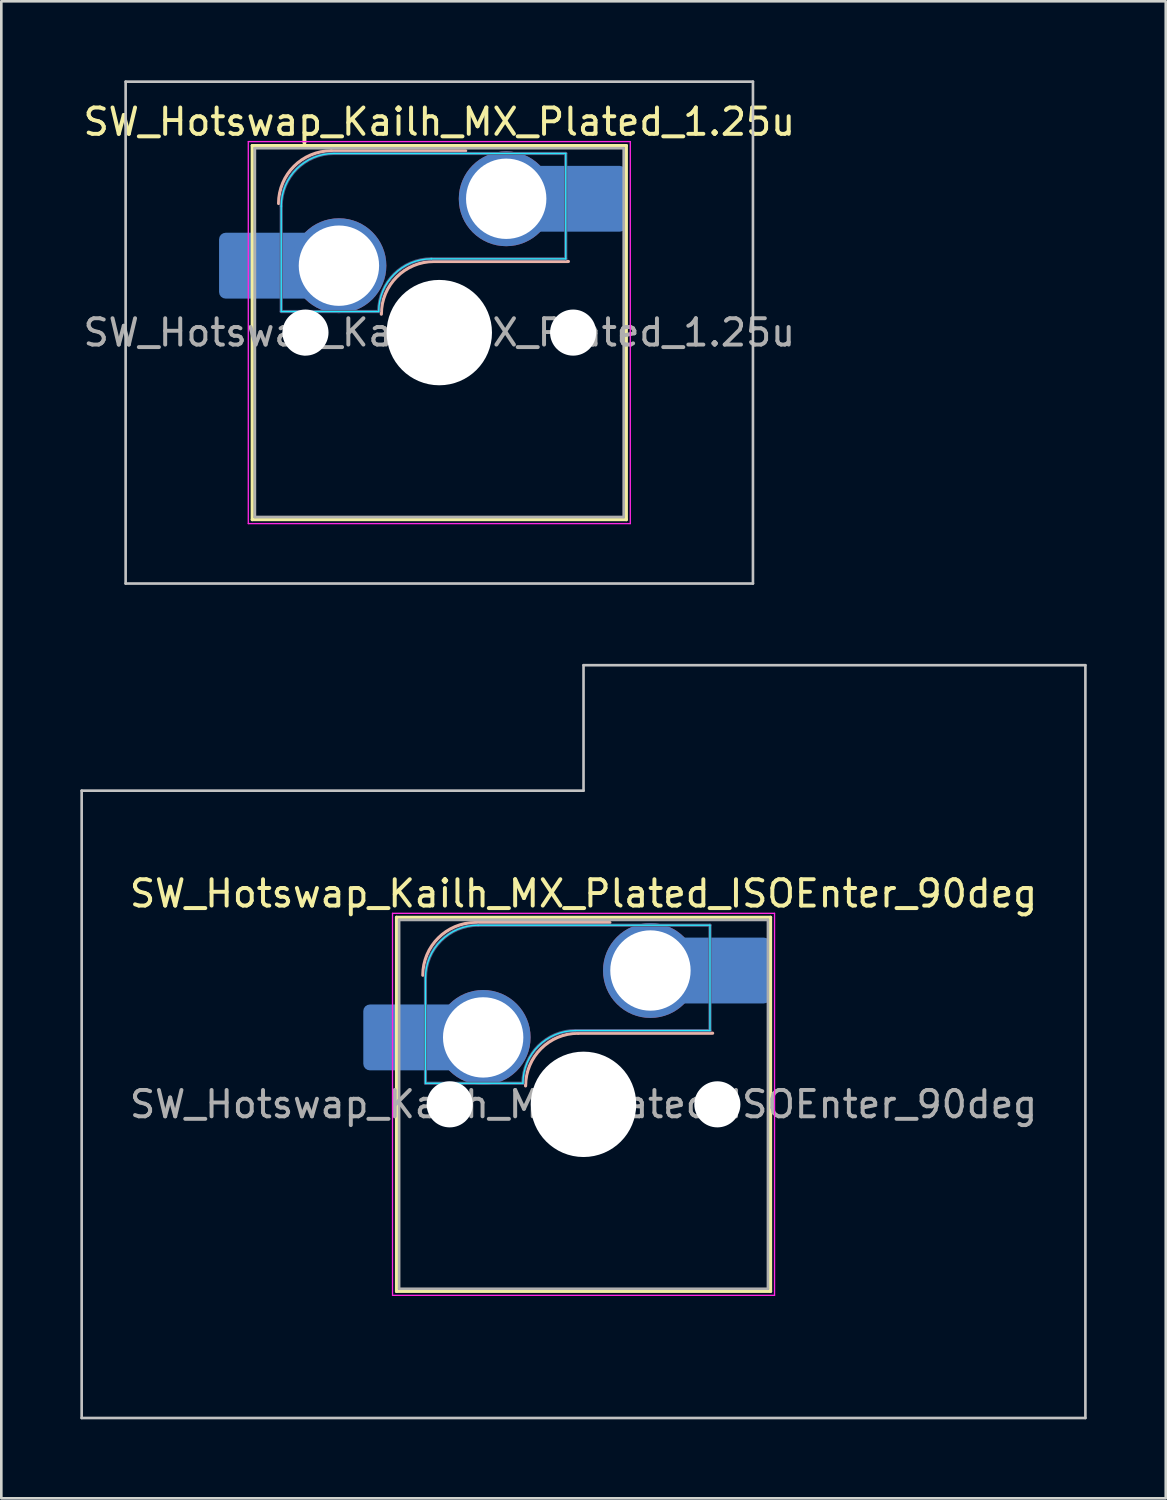
<source format=kicad_pcb>
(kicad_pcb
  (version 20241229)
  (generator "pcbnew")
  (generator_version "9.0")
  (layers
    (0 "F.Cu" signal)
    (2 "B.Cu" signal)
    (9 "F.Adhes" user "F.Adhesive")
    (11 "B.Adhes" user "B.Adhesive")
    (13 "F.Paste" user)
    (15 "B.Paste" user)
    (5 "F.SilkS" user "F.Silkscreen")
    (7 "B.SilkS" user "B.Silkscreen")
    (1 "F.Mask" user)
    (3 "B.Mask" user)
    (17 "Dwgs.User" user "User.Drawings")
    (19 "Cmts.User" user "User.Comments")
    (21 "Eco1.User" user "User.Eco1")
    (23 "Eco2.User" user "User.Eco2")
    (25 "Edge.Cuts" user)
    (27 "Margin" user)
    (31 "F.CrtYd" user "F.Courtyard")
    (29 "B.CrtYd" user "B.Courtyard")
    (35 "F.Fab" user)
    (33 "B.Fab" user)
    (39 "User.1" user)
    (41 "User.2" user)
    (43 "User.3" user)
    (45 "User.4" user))
  (footprint "SW_Hotswap_Kailh_MX_Plated_ISOEnter_90deg"
    (layer "F.Cu")
    (at 19.1 38.869)
    (property "Reference" "SW_Hotswap_Kailh_MX_Plated_ISOEnter_90deg" (at 0 -8 0) (layer "F.SilkS") (effects (font (size 1 1) (thickness 0.15))))
    (attr smd)
    (fp_line (start -7.1 -7.1) (end -7.1 7.1) (stroke (width 0.12) (type solid)) (layer "F.SilkS"))
    (fp_line (start -7.1 7.1) (end 7.1 7.1) (stroke (width 0.12) (type solid)) (layer "F.SilkS"))
    (fp_line (start 7.1 -7.1) (end -7.1 -7.1) (stroke (width 0.12) (type solid)) (layer "F.SilkS"))
    (fp_line (start 7.1 7.1) (end 7.1 -7.1) (stroke (width 0.12) (type solid)) (layer "F.SilkS"))
    (fp_line (start -4.1 -6.9) (end 1 -6.9) (stroke (width 0.12) (type solid)) (layer "B.SilkS"))
    (fp_line (start -0.2 -2.7) (end 4.9 -2.7) (stroke (width 0.12) (type solid)) (layer "B.SilkS"))
    (fp_arc (start -6.1 -4.9) (mid -5.514214 -6.314214) (end -4.1 -6.9) (stroke (width 0.12) (type solid)) (layer "B.SilkS"))
    (fp_arc (start -2.2 -0.7) (mid -1.614214 -2.114214) (end -0.2 -2.7) (stroke (width 0.12) (type solid)) (layer "B.SilkS"))
    (fp_line (start -19.05 -11.906) (end -19.05 11.906) (stroke (width 0.1) (type solid)) (layer "Dwgs.User"))
    (fp_line (start -19.05 11.906) (end 19.05 11.906) (stroke (width 0.1) (type solid)) (layer "Dwgs.User"))
    (fp_line (start 0 -16.669) (end 0 -11.906) (stroke (width 0.1) (type solid)) (layer "Dwgs.User"))
    (fp_line (start 0 -11.906) (end -19.05 -11.906) (stroke (width 0.1) (type solid)) (layer "Dwgs.User"))
    (fp_line (start 19.05 -16.669) (end 0 -16.669) (stroke (width 0.1) (type solid)) (layer "Dwgs.User"))
    (fp_line (start 19.05 11.906) (end 19.05 -16.669) (stroke (width 0.1) (type solid)) (layer "Dwgs.User"))
    (fp_line (start -7.8 -6) (end -7 -6) (stroke (width 0.1) (type solid)) (layer "Eco1.User"))
    (fp_line (start -7.8 -2.9) (end -7.8 -6) (stroke (width 0.1) (type solid)) (layer "Eco1.User"))
    (fp_line (start -7.8 2.9) (end -7 2.9) (stroke (width 0.1) (type solid)) (layer "Eco1.User"))
    (fp_line (start -7.8 6) (end -7.8 2.9) (stroke (width 0.1) (type solid)) (layer "Eco1.User"))
    (fp_line (start -7 -7) (end 7 -7) (stroke (width 0.1) (type solid)) (layer "Eco1.User"))
    (fp_line (start -7 -6) (end -7 -7) (stroke (width 0.1) (type solid)) (layer "Eco1.User"))
    (fp_line (start -7 -2.9) (end -7.8 -2.9) (stroke (width 0.1) (type solid)) (layer "Eco1.User"))
    (fp_line (start -7 2.9) (end -7 -2.9) (stroke (width 0.1) (type solid)) (layer "Eco1.User"))
    (fp_line (start -7 6) (end -7.8 6) (stroke (width 0.1) (type solid)) (layer "Eco1.User"))
    (fp_line (start -7 7) (end -7 6) (stroke (width 0.1) (type solid)) (layer "Eco1.User"))
    (fp_line (start 7 -7) (end 7 -6) (stroke (width 0.1) (type solid)) (layer "Eco1.User"))
    (fp_line (start 7 -6) (end 7.8 -6) (stroke (width 0.1) (type solid)) (layer "Eco1.User"))
    (fp_line (start 7 -2.9) (end 7 2.9) (stroke (width 0.1) (type solid)) (layer "Eco1.User"))
    (fp_line (start 7 2.9) (end 7.8 2.9) (stroke (width 0.1) (type solid)) (layer "Eco1.User"))
    (fp_line (start 7 6) (end 7 7) (stroke (width 0.1) (type solid)) (layer "Eco1.User"))
    (fp_line (start 7 7) (end -7 7) (stroke (width 0.1) (type solid)) (layer "Eco1.User"))
    (fp_line (start 7.8 -6) (end 7.8 -2.9) (stroke (width 0.1) (type solid)) (layer "Eco1.User"))
    (fp_line (start 7.8 -2.9) (end 7 -2.9) (stroke (width 0.1) (type solid)) (layer "Eco1.User"))
    (fp_line (start 7.8 2.9) (end 7.8 6) (stroke (width 0.1) (type solid)) (layer "Eco1.User"))
    (fp_line (start 7.8 6) (end 7 6) (stroke (width 0.1) (type solid)) (layer "Eco1.User"))
    (fp_line (start -6 -0.8) (end -6 -4.8) (stroke (width 0.05) (type solid)) (layer "B.CrtYd"))
    (fp_line (start -6 -0.8) (end -2.3 -0.8) (stroke (width 0.05) (type solid)) (layer "B.CrtYd"))
    (fp_line (start -4 -6.8) (end 4.8 -6.8) (stroke (width 0.05) (type solid)) (layer "B.CrtYd"))
    (fp_line (start -0.3 -2.8) (end 4.8 -2.8) (stroke (width 0.05) (type solid)) (layer "B.CrtYd"))
    (fp_line (start 4.8 -6.8) (end 4.8 -2.8) (stroke (width 0.05) (type solid)) (layer "B.CrtYd"))
    (fp_arc (start -6 -4.8) (mid -5.414214 -6.214214) (end -4 -6.8) (stroke (width 0.05) (type solid)) (layer "B.CrtYd"))
    (fp_arc (start -2.3 -0.8) (mid -1.714214 -2.214214) (end -0.3 -2.8) (stroke (width 0.05) (type solid)) (layer "B.CrtYd"))
    (fp_line (start -7.25 -7.25) (end -7.25 7.25) (stroke (width 0.05) (type solid)) (layer "F.CrtYd"))
    (fp_line (start -7.25 7.25) (end 7.25 7.25) (stroke (width 0.05) (type solid)) (layer "F.CrtYd"))
    (fp_line (start 7.25 -7.25) (end -7.25 -7.25) (stroke (width 0.05) (type solid)) (layer "F.CrtYd"))
    (fp_line (start 7.25 7.25) (end 7.25 -7.25) (stroke (width 0.05) (type solid)) (layer "F.CrtYd"))
    (fp_line (start -6 -0.8) (end -6 -4.8) (stroke (width 0.12) (type solid)) (layer "B.Fab"))
    (fp_line (start -6 -0.8) (end -2.3 -0.8) (stroke (width 0.12) (type solid)) (layer "B.Fab"))
    (fp_line (start -4 -6.8) (end 4.8 -6.8) (stroke (width 0.12) (type solid)) (layer "B.Fab"))
    (fp_line (start -0.3 -2.8) (end 4.8 -2.8) (stroke (width 0.12) (type solid)) (layer "B.Fab"))
    (fp_line (start 4.8 -6.8) (end 4.8 -2.8) (stroke (width 0.12) (type solid)) (layer "B.Fab"))
    (fp_arc (start -6 -4.8) (mid -5.414214 -6.214214) (end -4 -6.8) (stroke (width 0.12) (type solid)) (layer "B.Fab"))
    (fp_arc (start -2.3 -0.8) (mid -1.714214 -2.214214) (end -0.3 -2.8) (stroke (width 0.12) (type solid)) (layer "B.Fab"))
    (fp_line (start -7 -7) (end -7 7) (stroke (width 0.1) (type solid)) (layer "F.Fab"))
    (fp_line (start -7 7) (end 7 7) (stroke (width 0.1) (type solid)) (layer "F.Fab"))
    (fp_line (start 7 -7) (end -7 -7) (stroke (width 0.1) (type solid)) (layer "F.Fab"))
    (fp_line (start 7 7) (end 7 -7) (stroke (width 0.1) (type solid)) (layer "F.Fab"))
    (fp_text user "${REFERENCE}" (at 0 0 0) (layer "F.Fab") (effects (font (size 1 1) (thickness 0.15))))
    (pad "" smd roundrect (at -7.085 -2.54) (size 2.55 2.5) (layers "B.Mask" "B.Paste") (roundrect_rratio 0.1))
    (pad "" np_thru_hole circle (at -5.08 0) (size 1.75 1.75) (drill 1.75) (layers "*.Cu" "*.Mask"))
    (pad "" np_thru_hole circle (at 0 0) (size 4 4) (drill 4) (layers "*.Cu" "*.Mask"))
    (pad "" np_thru_hole circle (at 5.08 0) (size 1.75 1.75) (drill 1.75) (layers "*.Cu" "*.Mask"))
    (pad "" smd roundrect (at 5.842 -5.08) (size 2.55 2.5) (layers "B.Mask" "B.Paste") (roundrect_rratio 0.1))
    (pad "1" smd roundrect (at -6.585 -2.54) (size 3.55 2.5) (layers "B.Cu") (roundrect_rratio 0.1))
    (pad "1" thru_hole circle (at -3.81 -2.54) (size 3.6 3.6) (drill 3.05) (layers "*.Cu" "*.Mask"))
    (pad "2" thru_hole circle (at 2.54 -5.08) (size 3.6 3.6) (drill 3.05) (layers "*.Cu" "*.Mask"))
    (pad "2" smd roundrect (at 5.32 -5.08) (size 3.55 2.5) (layers "B.Cu") (roundrect_rratio 0.1)))
  (footprint "SW_Hotswap_Kailh_MX_Plated_1.25u"
    (layer "F.Cu")
    (at 13.625 9.575)
    (property "Reference" "SW_Hotswap_Kailh_MX_Plated_1.25u" (at 0 -8 0) (layer "F.SilkS") (effects (font (size 1 1) (thickness 0.15))))
    (attr smd)
    (fp_line (start -7.1 -7.1) (end -7.1 7.1) (stroke (width 0.12) (type solid)) (layer "F.SilkS"))
    (fp_line (start -7.1 7.1) (end 7.1 7.1) (stroke (width 0.12) (type solid)) (layer "F.SilkS"))
    (fp_line (start 7.1 -7.1) (end -7.1 -7.1) (stroke (width 0.12) (type solid)) (layer "F.SilkS"))
    (fp_line (start 7.1 7.1) (end 7.1 -7.1) (stroke (width 0.12) (type solid)) (layer "F.SilkS"))
    (fp_line (start -4.1 -6.9) (end 1 -6.9) (stroke (width 0.12) (type solid)) (layer "B.SilkS"))
    (fp_line (start -0.2 -2.7) (end 4.9 -2.7) (stroke (width 0.12) (type solid)) (layer "B.SilkS"))
    (fp_arc (start -6.1 -4.9) (mid -5.514214 -6.314214) (end -4.1 -6.9) (stroke (width 0.12) (type solid)) (layer "B.SilkS"))
    (fp_arc (start -2.2 -0.7) (mid -1.614214 -2.114214) (end -0.2 -2.7) (stroke (width 0.12) (type solid)) (layer "B.SilkS"))
    (fp_line (start -11.906 -9.525) (end -11.906 9.525) (stroke (width 0.1) (type solid)) (layer "Dwgs.User"))
    (fp_line (start -11.906 9.525) (end 11.906 9.525) (stroke (width 0.1) (type solid)) (layer "Dwgs.User"))
    (fp_line (start 11.906 -9.525) (end -11.906 -9.525) (stroke (width 0.1) (type solid)) (layer "Dwgs.User"))
    (fp_line (start 11.906 9.525) (end 11.906 -9.525) (stroke (width 0.1) (type solid)) (layer "Dwgs.User"))
    (fp_line (start -7.8 -6) (end -7 -6) (stroke (width 0.1) (type solid)) (layer "Eco1.User"))
    (fp_line (start -7.8 -2.9) (end -7.8 -6) (stroke (width 0.1) (type solid)) (layer "Eco1.User"))
    (fp_line (start -7.8 2.9) (end -7 2.9) (stroke (width 0.1) (type solid)) (layer "Eco1.User"))
    (fp_line (start -7.8 6) (end -7.8 2.9) (stroke (width 0.1) (type solid)) (layer "Eco1.User"))
    (fp_line (start -7 -7) (end 7 -7) (stroke (width 0.1) (type solid)) (layer "Eco1.User"))
    (fp_line (start -7 -6) (end -7 -7) (stroke (width 0.1) (type solid)) (layer "Eco1.User"))
    (fp_line (start -7 -2.9) (end -7.8 -2.9) (stroke (width 0.1) (type solid)) (layer "Eco1.User"))
    (fp_line (start -7 2.9) (end -7 -2.9) (stroke (width 0.1) (type solid)) (layer "Eco1.User"))
    (fp_line (start -7 6) (end -7.8 6) (stroke (width 0.1) (type solid)) (layer "Eco1.User"))
    (fp_line (start -7 7) (end -7 6) (stroke (width 0.1) (type solid)) (layer "Eco1.User"))
    (fp_line (start 7 -7) (end 7 -6) (stroke (width 0.1) (type solid)) (layer "Eco1.User"))
    (fp_line (start 7 -6) (end 7.8 -6) (stroke (width 0.1) (type solid)) (layer "Eco1.User"))
    (fp_line (start 7 -2.9) (end 7 2.9) (stroke (width 0.1) (type solid)) (layer "Eco1.User"))
    (fp_line (start 7 2.9) (end 7.8 2.9) (stroke (width 0.1) (type solid)) (layer "Eco1.User"))
    (fp_line (start 7 6) (end 7 7) (stroke (width 0.1) (type solid)) (layer "Eco1.User"))
    (fp_line (start 7 7) (end -7 7) (stroke (width 0.1) (type solid)) (layer "Eco1.User"))
    (fp_line (start 7.8 -6) (end 7.8 -2.9) (stroke (width 0.1) (type solid)) (layer "Eco1.User"))
    (fp_line (start 7.8 -2.9) (end 7 -2.9) (stroke (width 0.1) (type solid)) (layer "Eco1.User"))
    (fp_line (start 7.8 2.9) (end 7.8 6) (stroke (width 0.1) (type solid)) (layer "Eco1.User"))
    (fp_line (start 7.8 6) (end 7 6) (stroke (width 0.1) (type solid)) (layer "Eco1.User"))
    (fp_line (start -6 -0.8) (end -6 -4.8) (stroke (width 0.05) (type solid)) (layer "B.CrtYd"))
    (fp_line (start -6 -0.8) (end -2.3 -0.8) (stroke (width 0.05) (type solid)) (layer "B.CrtYd"))
    (fp_line (start -4 -6.8) (end 4.8 -6.8) (stroke (width 0.05) (type solid)) (layer "B.CrtYd"))
    (fp_line (start -0.3 -2.8) (end 4.8 -2.8) (stroke (width 0.05) (type solid)) (layer "B.CrtYd"))
    (fp_line (start 4.8 -6.8) (end 4.8 -2.8) (stroke (width 0.05) (type solid)) (layer "B.CrtYd"))
    (fp_arc (start -6 -4.8) (mid -5.414214 -6.214214) (end -4 -6.8) (stroke (width 0.05) (type solid)) (layer "B.CrtYd"))
    (fp_arc (start -2.3 -0.8) (mid -1.714214 -2.214214) (end -0.3 -2.8) (stroke (width 0.05) (type solid)) (layer "B.CrtYd"))
    (fp_line (start -7.25 -7.25) (end -7.25 7.25) (stroke (width 0.05) (type solid)) (layer "F.CrtYd"))
    (fp_line (start -7.25 7.25) (end 7.25 7.25) (stroke (width 0.05) (type solid)) (layer "F.CrtYd"))
    (fp_line (start 7.25 -7.25) (end -7.25 -7.25) (stroke (width 0.05) (type solid)) (layer "F.CrtYd"))
    (fp_line (start 7.25 7.25) (end 7.25 -7.25) (stroke (width 0.05) (type solid)) (layer "F.CrtYd"))
    (fp_line (start -6 -0.8) (end -6 -4.8) (stroke (width 0.12) (type solid)) (layer "B.Fab"))
    (fp_line (start -6 -0.8) (end -2.3 -0.8) (stroke (width 0.12) (type solid)) (layer "B.Fab"))
    (fp_line (start -4 -6.8) (end 4.8 -6.8) (stroke (width 0.12) (type solid)) (layer "B.Fab"))
    (fp_line (start -0.3 -2.8) (end 4.8 -2.8) (stroke (width 0.12) (type solid)) (layer "B.Fab"))
    (fp_line (start 4.8 -6.8) (end 4.8 -2.8) (stroke (width 0.12) (type solid)) (layer "B.Fab"))
    (fp_arc (start -6 -4.8) (mid -5.414214 -6.214214) (end -4 -6.8) (stroke (width 0.12) (type solid)) (layer "B.Fab"))
    (fp_arc (start -2.3 -0.8) (mid -1.714214 -2.214214) (end -0.3 -2.8) (stroke (width 0.12) (type solid)) (layer "B.Fab"))
    (fp_line (start -7 -7) (end -7 7) (stroke (width 0.1) (type solid)) (layer "F.Fab"))
    (fp_line (start -7 7) (end 7 7) (stroke (width 0.1) (type solid)) (layer "F.Fab"))
    (fp_line (start 7 -7) (end -7 -7) (stroke (width 0.1) (type solid)) (layer "F.Fab"))
    (fp_line (start 7 7) (end 7 -7) (stroke (width 0.1) (type solid)) (layer "F.Fab"))
    (fp_text user "${REFERENCE}" (at 0 0 0) (layer "F.Fab") (effects (font (size 1 1) (thickness 0.15))))
    (pad "" smd roundrect (at -7.085 -2.54) (size 2.55 2.5) (layers "B.Mask" "B.Paste") (roundrect_rratio 0.1))
    (pad "" np_thru_hole circle (at -5.08 0) (size 1.75 1.75) (drill 1.75) (layers "*.Cu" "*.Mask"))
    (pad "" np_thru_hole circle (at 0 0) (size 4 4) (drill 4) (layers "*.Cu" "*.Mask"))
    (pad "" np_thru_hole circle (at 5.08 0) (size 1.75 1.75) (drill 1.75) (layers "*.Cu" "*.Mask"))
    (pad "" smd roundrect (at 5.842 -5.08) (size 2.55 2.5) (layers "B.Mask" "B.Paste") (roundrect_rratio 0.1))
    (pad "1" smd roundrect (at -6.585 -2.54) (size 3.55 2.5) (layers "B.Cu") (roundrect_rratio 0.1))
    (pad "1" thru_hole circle (at -3.81 -2.54) (size 3.6 3.6) (drill 3.05) (layers "*.Cu" "*.Mask"))
    (pad "2" thru_hole circle (at 2.54 -5.08) (size 3.6 3.6) (drill 3.05) (layers "*.Cu" "*.Mask"))
    (pad "2" smd roundrect (at 5.32 -5.08) (size 3.55 2.5) (layers "B.Cu") (roundrect_rratio 0.1)))
  (gr_rect
    (start -3 -3)
    (end 41.2 53.825)
    (stroke (width 0.1) (type default))
    (fill no)
    (layer "Edge.Cuts")))
</source>
